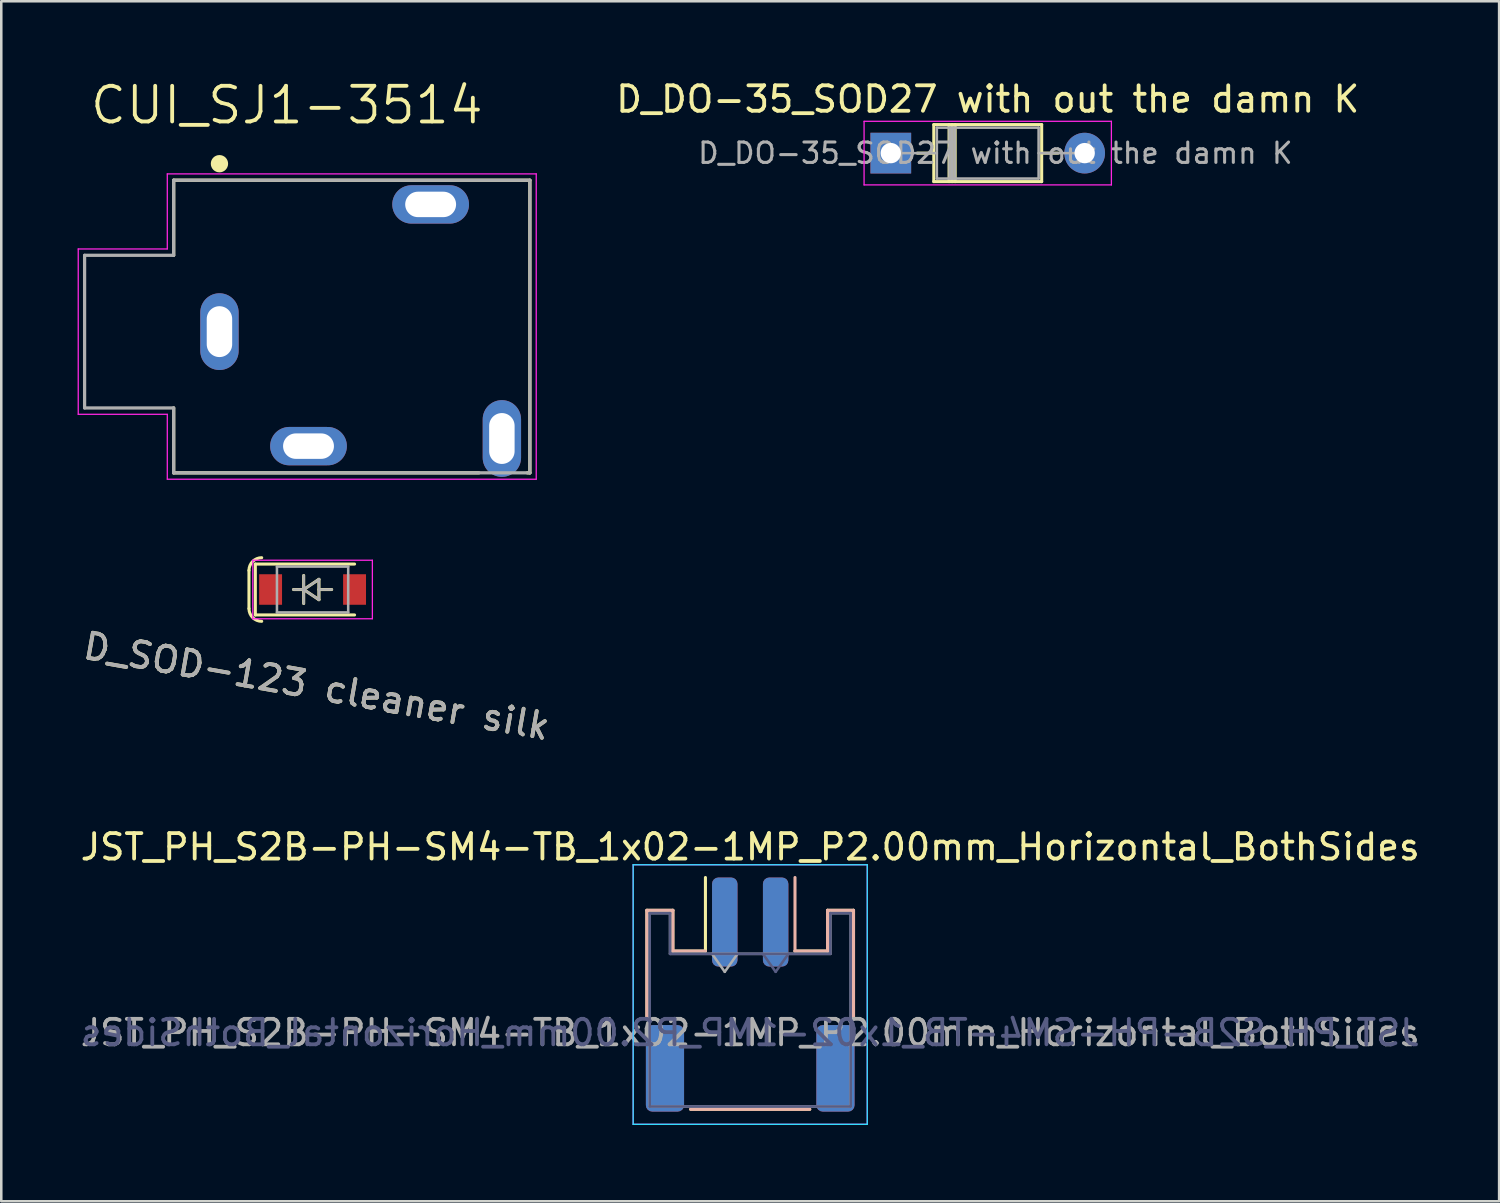
<source format=kicad_pcb>
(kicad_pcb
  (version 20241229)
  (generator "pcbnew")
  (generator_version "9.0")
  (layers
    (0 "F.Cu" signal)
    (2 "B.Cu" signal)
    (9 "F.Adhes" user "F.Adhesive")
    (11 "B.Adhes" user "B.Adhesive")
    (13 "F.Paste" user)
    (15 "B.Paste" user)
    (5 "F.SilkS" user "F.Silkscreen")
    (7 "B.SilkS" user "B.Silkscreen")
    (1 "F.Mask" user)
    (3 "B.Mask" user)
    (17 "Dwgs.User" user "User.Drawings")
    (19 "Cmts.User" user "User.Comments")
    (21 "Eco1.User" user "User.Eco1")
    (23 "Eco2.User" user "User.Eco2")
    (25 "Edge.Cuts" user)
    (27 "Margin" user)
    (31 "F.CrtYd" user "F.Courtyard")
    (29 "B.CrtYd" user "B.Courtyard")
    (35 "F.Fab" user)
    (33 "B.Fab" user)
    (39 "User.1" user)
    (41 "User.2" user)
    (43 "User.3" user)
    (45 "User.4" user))
  (footprint "CUI_SJ1-3514"
    (layer "F.Cu")
    (at 5.575 9.984)
    (property "Reference" "CUI_SJ1-3514" (at 2.648 -8.901 0) (layer "F.SilkS") (effects (font (size 1.402 1.402) (thickness 0.15))))
    (attr through_hole)
    (fp_line (start -1.8 -5.95) (end 12.2 -5.95) (stroke (width 0.127) (type solid)) (layer "F.SilkS"))
    (fp_line (start -1.8 -3) (end -1.8 -5.95) (stroke (width 0.127) (type solid)) (layer "F.SilkS"))
    (fp_line (start -1.8 5.55) (end -1.8 3) (stroke (width 0.127) (type solid)) (layer "F.SilkS"))
    (fp_line (start 10.2 5.55) (end -1.8 5.55) (stroke (width 0.127) (type solid)) (layer "F.SilkS"))
    (fp_line (start 12.2 -5.95) (end 12.2 5.55) (stroke (width 0.127) (type solid)) (layer "F.SilkS"))
    (fp_line (start 12.2 5.55) (end 12.1 5.55) (stroke (width 0.127) (type solid)) (layer "F.SilkS"))
    (fp_circle (center 0 -6.6) (end 0.17 -6.6) (stroke (width 0.34) (type solid)) (fill no) (layer "F.SilkS"))
    (fp_line (start -5.55 -3.25) (end -5.55 3.25) (stroke (width 0.05) (type solid)) (layer "F.CrtYd"))
    (fp_line (start -5.55 3.25) (end -2.05 3.25) (stroke (width 0.05) (type solid)) (layer "F.CrtYd"))
    (fp_line (start -2.05 -6.2) (end -2.05 -3.25) (stroke (width 0.05) (type solid)) (layer "F.CrtYd"))
    (fp_line (start -2.05 -3.25) (end -5.55 -3.25) (stroke (width 0.05) (type solid)) (layer "F.CrtYd"))
    (fp_line (start -2.05 3.25) (end -2.05 5.8) (stroke (width 0.05) (type solid)) (layer "F.CrtYd"))
    (fp_line (start -2.05 5.8) (end 12.45 5.8) (stroke (width 0.05) (type solid)) (layer "F.CrtYd"))
    (fp_line (start 12.45 -6.2) (end -2.05 -6.2) (stroke (width 0.05) (type solid)) (layer "F.CrtYd"))
    (fp_line (start 12.45 5.8) (end 12.45 -6.2) (stroke (width 0.05) (type solid)) (layer "F.CrtYd"))
    (fp_line (start -5.3 -3) (end -5.3 3) (stroke (width 0.127) (type solid)) (layer "F.Fab"))
    (fp_line (start -5.3 3) (end -1.8 3) (stroke (width 0.127) (type solid)) (layer "F.Fab"))
    (fp_line (start -1.8 -5.95) (end -1.8 -3) (stroke (width 0.127) (type solid)) (layer "F.Fab"))
    (fp_line (start -1.8 -3) (end -5.3 -3) (stroke (width 0.127) (type solid)) (layer "F.Fab"))
    (fp_line (start -1.8 3) (end -1.8 5.55) (stroke (width 0.127) (type solid)) (layer "F.Fab"))
    (fp_line (start -1.8 5.55) (end 12.2 5.55) (stroke (width 0.127) (type solid)) (layer "F.Fab"))
    (fp_line (start 12.2 -5.95) (end -1.8 -5.95) (stroke (width 0.127) (type solid)) (layer "F.Fab"))
    (fp_line (start 12.2 5.55) (end 12.2 -5.95) (stroke (width 0.127) (type solid)) (layer "F.Fab"))
    (pad "1" thru_hole oval (at 0 0) (size 1.508 3.016) (drill oval 1 2) (layers "*.Cu" "*.Mask"))
    (pad "2" thru_hole oval (at 3.5 4.5) (size 3.016 1.508) (drill oval 2 1) (layers "*.Cu" "*.Mask"))
    (pad "3" thru_hole oval (at 8.3 -5) (size 3.016 1.508) (drill oval 2 1) (layers "*.Cu" "*.Mask"))
    (pad "4" thru_hole oval (at 11.1 4.2) (size 1.508 3.016) (drill oval 1 2) (layers "*.Cu" "*.Mask")))
  (footprint "D_DO-35_SOD27 with out the damn K"
    (layer "F.Cu")
    (at 31.96 2.968)
    (property "Reference" "D_DO-35_SOD27 with out the damn K" (at 3.81 -2.12 0) (layer "F.SilkS") (effects (font (size 1 1) (thickness 0.15))))
    (attr through_hole)
    (fp_line (start 1.04 0) (end 1.69 0) (stroke (width 0.12) (type solid)) (layer "F.SilkS"))
    (fp_line (start 1.69 -1.12) (end 1.69 1.12) (stroke (width 0.12) (type solid)) (layer "F.SilkS"))
    (fp_line (start 1.69 1.12) (end 5.93 1.12) (stroke (width 0.12) (type solid)) (layer "F.SilkS"))
    (fp_line (start 2.29 -1.12) (end 2.29 1.12) (stroke (width 0.12) (type solid)) (layer "F.SilkS"))
    (fp_line (start 2.41 -1.12) (end 2.41 1.12) (stroke (width 0.12) (type solid)) (layer "F.SilkS"))
    (fp_line (start 2.53 -1.12) (end 2.53 1.12) (stroke (width 0.12) (type solid)) (layer "F.SilkS"))
    (fp_line (start 5.93 -1.12) (end 1.69 -1.12) (stroke (width 0.12) (type solid)) (layer "F.SilkS"))
    (fp_line (start 5.93 1.12) (end 5.93 -1.12) (stroke (width 0.12) (type solid)) (layer "F.SilkS"))
    (fp_line (start 6.58 0) (end 5.93 0) (stroke (width 0.12) (type solid)) (layer "F.SilkS"))
    (fp_line (start -1.05 -1.25) (end -1.05 1.25) (stroke (width 0.05) (type solid)) (layer "F.CrtYd"))
    (fp_line (start -1.05 1.25) (end 8.67 1.25) (stroke (width 0.05) (type solid)) (layer "F.CrtYd"))
    (fp_line (start 8.67 -1.25) (end -1.05 -1.25) (stroke (width 0.05) (type solid)) (layer "F.CrtYd"))
    (fp_line (start 8.67 1.25) (end 8.67 -1.25) (stroke (width 0.05) (type solid)) (layer "F.CrtYd"))
    (fp_line (start 0 0) (end 1.81 0) (stroke (width 0.1) (type solid)) (layer "F.Fab"))
    (fp_line (start 1.81 -1) (end 1.81 1) (stroke (width 0.1) (type solid)) (layer "F.Fab"))
    (fp_line (start 1.81 1) (end 5.81 1) (stroke (width 0.1) (type solid)) (layer "F.Fab"))
    (fp_line (start 2.31 -1) (end 2.31 1) (stroke (width 0.1) (type solid)) (layer "F.Fab"))
    (fp_line (start 2.41 -1) (end 2.41 1) (stroke (width 0.1) (type solid)) (layer "F.Fab"))
    (fp_line (start 2.51 -1) (end 2.51 1) (stroke (width 0.1) (type solid)) (layer "F.Fab"))
    (fp_line (start 5.81 -1) (end 1.81 -1) (stroke (width 0.1) (type solid)) (layer "F.Fab"))
    (fp_line (start 5.81 1) (end 5.81 -1) (stroke (width 0.1) (type solid)) (layer "F.Fab"))
    (fp_line (start 7.62 0) (end 5.81 0) (stroke (width 0.1) (type solid)) (layer "F.Fab"))
    (fp_text user "${REFERENCE}" (at 4.11 0 0) (layer "F.Fab") (effects (font (size 0.8 0.8) (thickness 0.12))))
    (pad "1" thru_hole rect (at 0 0) (size 1.6 1.6) (drill 0.8) (layers "*.Cu" "*.Mask"))
    (pad "2" thru_hole oval (at 7.62 0) (size 1.6 1.6) (drill 0.8) (layers "*.Cu" "*.Mask")))
  (footprint "JST_PH_S2B-PH-SM4-TB_1x02-1MP_P2.00mm_Horizontal_BothSides"
    (layer "F.Cu")
    (at 26.435 36.038)
    (property "Reference" "JST_PH_S2B-PH-SM4-TB_1x02-1MP_P2.00mm_Horizontal_BothSides" (at 0 -5.8 0) (layer "F.SilkS") (effects (font (size 1 1) (thickness 0.15))))
    (attr smd)
    (fp_line (start -4.06 -3.31) (end -3.04 -3.31) (stroke (width 0.12) (type solid)) (layer "F.SilkS"))
    (fp_line (start -4.06 0.94) (end -4.06 -3.31) (stroke (width 0.12) (type solid)) (layer "F.SilkS"))
    (fp_line (start -3.04 -3.31) (end -3.04 -1.71) (stroke (width 0.12) (type solid)) (layer "F.SilkS"))
    (fp_line (start -3.04 -1.71) (end -1.76 -1.71) (stroke (width 0.12) (type solid)) (layer "F.SilkS"))
    (fp_line (start -2.34 4.51) (end 2.34 4.51) (stroke (width 0.12) (type solid)) (layer "F.SilkS"))
    (fp_line (start -1.76 -1.71) (end -1.76 -4.6) (stroke (width 0.12) (type solid)) (layer "F.SilkS"))
    (fp_line (start 3.04 -3.31) (end 3.04 -1.71) (stroke (width 0.12) (type solid)) (layer "F.SilkS"))
    (fp_line (start 3.04 -1.71) (end 1.76 -1.71) (stroke (width 0.12) (type solid)) (layer "F.SilkS"))
    (fp_line (start 4.06 -3.31) (end 3.04 -3.31) (stroke (width 0.12) (type solid)) (layer "F.SilkS"))
    (fp_line (start 4.06 0.94) (end 4.06 -3.31) (stroke (width 0.12) (type solid)) (layer "F.SilkS"))
    (fp_line (start -4.06 -3.31) (end -4.06 0.94) (stroke (width 0.12) (type solid)) (layer "B.SilkS"))
    (fp_line (start -3.04 -3.31) (end -4.06 -3.31) (stroke (width 0.12) (type solid)) (layer "B.SilkS"))
    (fp_line (start -3.04 -1.71) (end -3.04 -3.31) (stroke (width 0.12) (type solid)) (layer "B.SilkS"))
    (fp_line (start -2.34 4.51) (end 2.34 4.51) (stroke (width 0.12) (type solid)) (layer "B.SilkS"))
    (fp_line (start -1.76 -1.71) (end -3.04 -1.71) (stroke (width 0.12) (type solid)) (layer "B.SilkS"))
    (fp_line (start 1.76 -4.6) (end 1.76 -1.71) (stroke (width 0.12) (type solid)) (layer "B.SilkS"))
    (fp_line (start 1.76 -1.71) (end 3.04 -1.71) (stroke (width 0.12) (type solid)) (layer "B.SilkS"))
    (fp_line (start 3.04 -3.31) (end 4.06 -3.31) (stroke (width 0.12) (type solid)) (layer "B.SilkS"))
    (fp_line (start 3.04 -1.71) (end 3.04 -3.31) (stroke (width 0.12) (type solid)) (layer "B.SilkS"))
    (fp_line (start 4.06 -3.31) (end 4.06 0.94) (stroke (width 0.12) (type solid)) (layer "B.SilkS"))
    (fp_line (start -4.6 -5.1) (end -4.6 5.1) (stroke (width 0.05) (type solid)) (layer "B.CrtYd"))
    (fp_line (start -4.6 5.1) (end 4.6 5.1) (stroke (width 0.05) (type solid)) (layer "B.CrtYd"))
    (fp_line (start 4.6 -5.1) (end -4.6 -5.1) (stroke (width 0.05) (type solid)) (layer "B.CrtYd"))
    (fp_line (start 4.6 5.1) (end 4.6 -5.1) (stroke (width 0.05) (type solid)) (layer "B.CrtYd"))
    (fp_line (start -4.6 -5.1) (end -4.6 5.1) (stroke (width 0.05) (type solid)) (layer "F.CrtYd"))
    (fp_line (start -4.6 5.1) (end 4.6 5.1) (stroke (width 0.05) (type solid)) (layer "F.CrtYd"))
    (fp_line (start 4.6 -5.1) (end -4.6 -5.1) (stroke (width 0.05) (type solid)) (layer "F.CrtYd"))
    (fp_line (start 4.6 5.1) (end 4.6 -5.1) (stroke (width 0.05) (type solid)) (layer "F.CrtYd"))
    (fp_line (start -3.95 -3.2) (end -3.15 -3.2) (stroke (width 0.1) (type solid)) (layer "B.Fab"))
    (fp_line (start -3.95 4.4) (end -3.95 -3.2) (stroke (width 0.1) (type solid)) (layer "B.Fab"))
    (fp_line (start -3.95 4.4) (end 3.95 4.4) (stroke (width 0.1) (type solid)) (layer "B.Fab"))
    (fp_line (start -3.15 -3.2) (end -3.15 -1.6) (stroke (width 0.1) (type solid)) (layer "B.Fab"))
    (fp_line (start -3.15 -1.6) (end 3.15 -1.6) (stroke (width 0.1) (type solid)) (layer "B.Fab"))
    (fp_line (start 0.5 -1.6) (end 1 -0.893) (stroke (width 0.1) (type solid)) (layer "B.Fab"))
    (fp_line (start 1 -0.893) (end 1.5 -1.6) (stroke (width 0.1) (type solid)) (layer "B.Fab"))
    (fp_line (start 3.15 -3.2) (end 3.95 -3.2) (stroke (width 0.1) (type solid)) (layer "B.Fab"))
    (fp_line (start 3.15 -1.6) (end 3.15 -3.2) (stroke (width 0.1) (type solid)) (layer "B.Fab"))
    (fp_line (start 3.95 4.4) (end 3.95 -3.2) (stroke (width 0.1) (type solid)) (layer "B.Fab"))
    (fp_line (start -3.95 -3.2) (end -3.95 4.4) (stroke (width 0.1) (type solid)) (layer "F.Fab"))
    (fp_line (start -3.95 -3.2) (end -3.15 -3.2) (stroke (width 0.1) (type solid)) (layer "F.Fab"))
    (fp_line (start -3.95 4.4) (end 3.95 4.4) (stroke (width 0.1) (type solid)) (layer "F.Fab"))
    (fp_line (start -3.15 -3.2) (end -3.15 -1.6) (stroke (width 0.1) (type solid)) (layer "F.Fab"))
    (fp_line (start -3.15 -1.6) (end 3.15 -1.6) (stroke (width 0.1) (type solid)) (layer "F.Fab"))
    (fp_line (start -1.5 -1.6) (end -1 -0.893) (stroke (width 0.1) (type solid)) (layer "F.Fab"))
    (fp_line (start -1 -0.893) (end -0.5 -1.6) (stroke (width 0.1) (type solid)) (layer "F.Fab"))
    (fp_line (start 3.15 -3.2) (end 3.95 -3.2) (stroke (width 0.1) (type solid)) (layer "F.Fab"))
    (fp_line (start 3.15 -1.6) (end 3.15 -3.2) (stroke (width 0.1) (type solid)) (layer "F.Fab"))
    (fp_line (start 3.95 -3.2) (end 3.95 4.4) (stroke (width 0.1) (type solid)) (layer "F.Fab"))
    (fp_text user "${REFERENCE}" (at 0 1.5 0) (layer "B.Fab") (effects (font (size 1 1) (thickness 0.15)) (justify mirror)))
    (fp_text user "${REFERENCE}" (at 0 1.5 0) (layer "F.Fab") (effects (font (size 1 1) (thickness 0.15))))
    (pad "1" smd roundrect (at -1 -2.85) (size 1 3.5) (layers "F.Cu" "F.Mask" "F.Paste") (roundrect_rratio 0.25))
    (pad "1" smd roundrect (at 1 -2.85) (size 1 3.5) (layers "B.Cu" "B.Mask" "B.Paste") (roundrect_rratio 0.25))
    (pad "2" smd roundrect (at -1 -2.85) (size 1 3.5) (layers "B.Cu" "B.Mask" "B.Paste") (roundrect_rratio 0.25))
    (pad "2" smd roundrect (at 1 -2.85) (size 1 3.5) (layers "F.Cu" "F.Mask" "F.Paste") (roundrect_rratio 0.25))
    (pad "MP" smd roundrect (at -3.35 2.9) (size 1.5 3.4) (layers "F.Cu" "F.Mask" "F.Paste") (roundrect_rratio 0.167))
    (pad "MP" smd roundrect (at -3.35 2.9) (size 1.5 3.4) (layers "B.Cu" "B.Mask" "B.Paste") (roundrect_rratio 0.167))
    (pad "MP" smd roundrect (at 3.35 2.9) (size 1.5 3.4) (layers "F.Cu" "F.Mask" "F.Paste") (roundrect_rratio 0.167))
    (pad "MP" smd roundrect (at 3.35 2.9) (size 1.5 3.4) (layers "B.Cu" "B.Mask" "B.Paste") (roundrect_rratio 0.167)))
  (footprint "D_SOD-123 cleaner silk"
    (layer "F.Cu")
    (at 9.235 20.119)
    (property "Reference" "D_SOD-123 cleaner silk" (at 0.157 3.805 170) (layer "F.SilkS") (effects (font (size 1 1) (thickness 0.15))))
    (attr smd)
    (fp_line (start -2.5 -0.75) (end -2.5 0.75) (stroke (width 0.12) (type solid)) (layer "F.SilkS"))
    (fp_line (start -2.25 -1) (end -2.25 1) (stroke (width 0.12) (type solid)) (layer "F.SilkS"))
    (fp_line (start -2.25 -1) (end 1.65 -1) (stroke (width 0.12) (type solid)) (layer "F.SilkS"))
    (fp_line (start -2.25 1) (end 1.65 1) (stroke (width 0.12) (type solid)) (layer "F.SilkS"))
    (fp_line (start -0.35 -0.55) (end -0.35 0.55) (stroke (width 0.12) (type solid)) (layer "F.SilkS"))
    (fp_line (start -0.35 0) (end -0.75 0) (stroke (width 0.12) (type solid)) (layer "F.SilkS"))
    (fp_line (start -0.35 0) (end 0.25 0.4) (stroke (width 0.12) (type solid)) (layer "F.SilkS"))
    (fp_line (start 0.25 -0.4) (end -0.35 0) (stroke (width 0.12) (type solid)) (layer "F.SilkS"))
    (fp_line (start 0.25 0) (end 0.75 0) (stroke (width 0.12) (type solid)) (layer "F.SilkS"))
    (fp_line (start 0.25 0.4) (end 0.25 -0.4) (stroke (width 0.12) (type solid)) (layer "F.SilkS"))
    (fp_arc (start -2.5 -0.75) (mid -2.353553 -1.103553) (end -2 -1.25) (stroke (width 0.12) (type solid)) (layer "F.SilkS"))
    (fp_arc (start -2 1.25) (mid -2.353553 1.103553) (end -2.5 0.75) (stroke (width 0.12) (type solid)) (layer "F.SilkS"))
    (fp_line (start -2.35 -1.15) (end -2.35 1.15) (stroke (width 0.05) (type solid)) (layer "F.CrtYd"))
    (fp_line (start -2.35 -1.15) (end 2.35 -1.15) (stroke (width 0.05) (type solid)) (layer "F.CrtYd"))
    (fp_line (start 2.35 -1.15) (end 2.35 1.15) (stroke (width 0.05) (type solid)) (layer "F.CrtYd"))
    (fp_line (start 2.35 1.15) (end -2.35 1.15) (stroke (width 0.05) (type solid)) (layer "F.CrtYd"))
    (fp_line (start -1.4 -0.9) (end 1.4 -0.9) (stroke (width 0.1) (type solid)) (layer "F.Fab"))
    (fp_line (start -1.4 0.9) (end -1.4 -0.9) (stroke (width 0.1) (type solid)) (layer "F.Fab"))
    (fp_line (start -0.75 0) (end -0.35 0) (stroke (width 0.1) (type solid)) (layer "F.Fab"))
    (fp_line (start -0.35 0) (end -0.35 -0.55) (stroke (width 0.1) (type solid)) (layer "F.Fab"))
    (fp_line (start -0.35 0) (end -0.35 0.55) (stroke (width 0.1) (type solid)) (layer "F.Fab"))
    (fp_line (start -0.35 0) (end 0.25 -0.4) (stroke (width 0.1) (type solid)) (layer "F.Fab"))
    (fp_line (start 0.25 -0.4) (end 0.25 0.4) (stroke (width 0.1) (type solid)) (layer "F.Fab"))
    (fp_line (start 0.25 0) (end 0.75 0) (stroke (width 0.1) (type solid)) (layer "F.Fab"))
    (fp_line (start 0.25 0.4) (end -0.35 0) (stroke (width 0.1) (type solid)) (layer "F.Fab"))
    (fp_line (start 1.4 -0.9) (end 1.4 0.9) (stroke (width 0.1) (type solid)) (layer "F.Fab"))
    (fp_line (start 1.4 0.9) (end -1.4 0.9) (stroke (width 0.1) (type solid)) (layer "F.Fab"))
    (fp_text user "${REFERENCE}" (at 0.157 3.805 170) (layer "F.Fab") (effects (font (size 1 1) (thickness 0.15))))
    (pad "1" smd rect (at -1.65 0) (size 0.9 1.2) (layers "F.Cu" "F.Mask" "F.Paste"))
    (pad "2" smd rect (at 1.65 0) (size 0.9 1.2) (layers "F.Cu" "F.Mask" "F.Paste")))
  (gr_rect
    (start -3 -3)
    (end 55.869 44.163)
    (stroke (width 0.1) (type default))
    (fill no)
    (layer "Edge.Cuts")))
</source>
